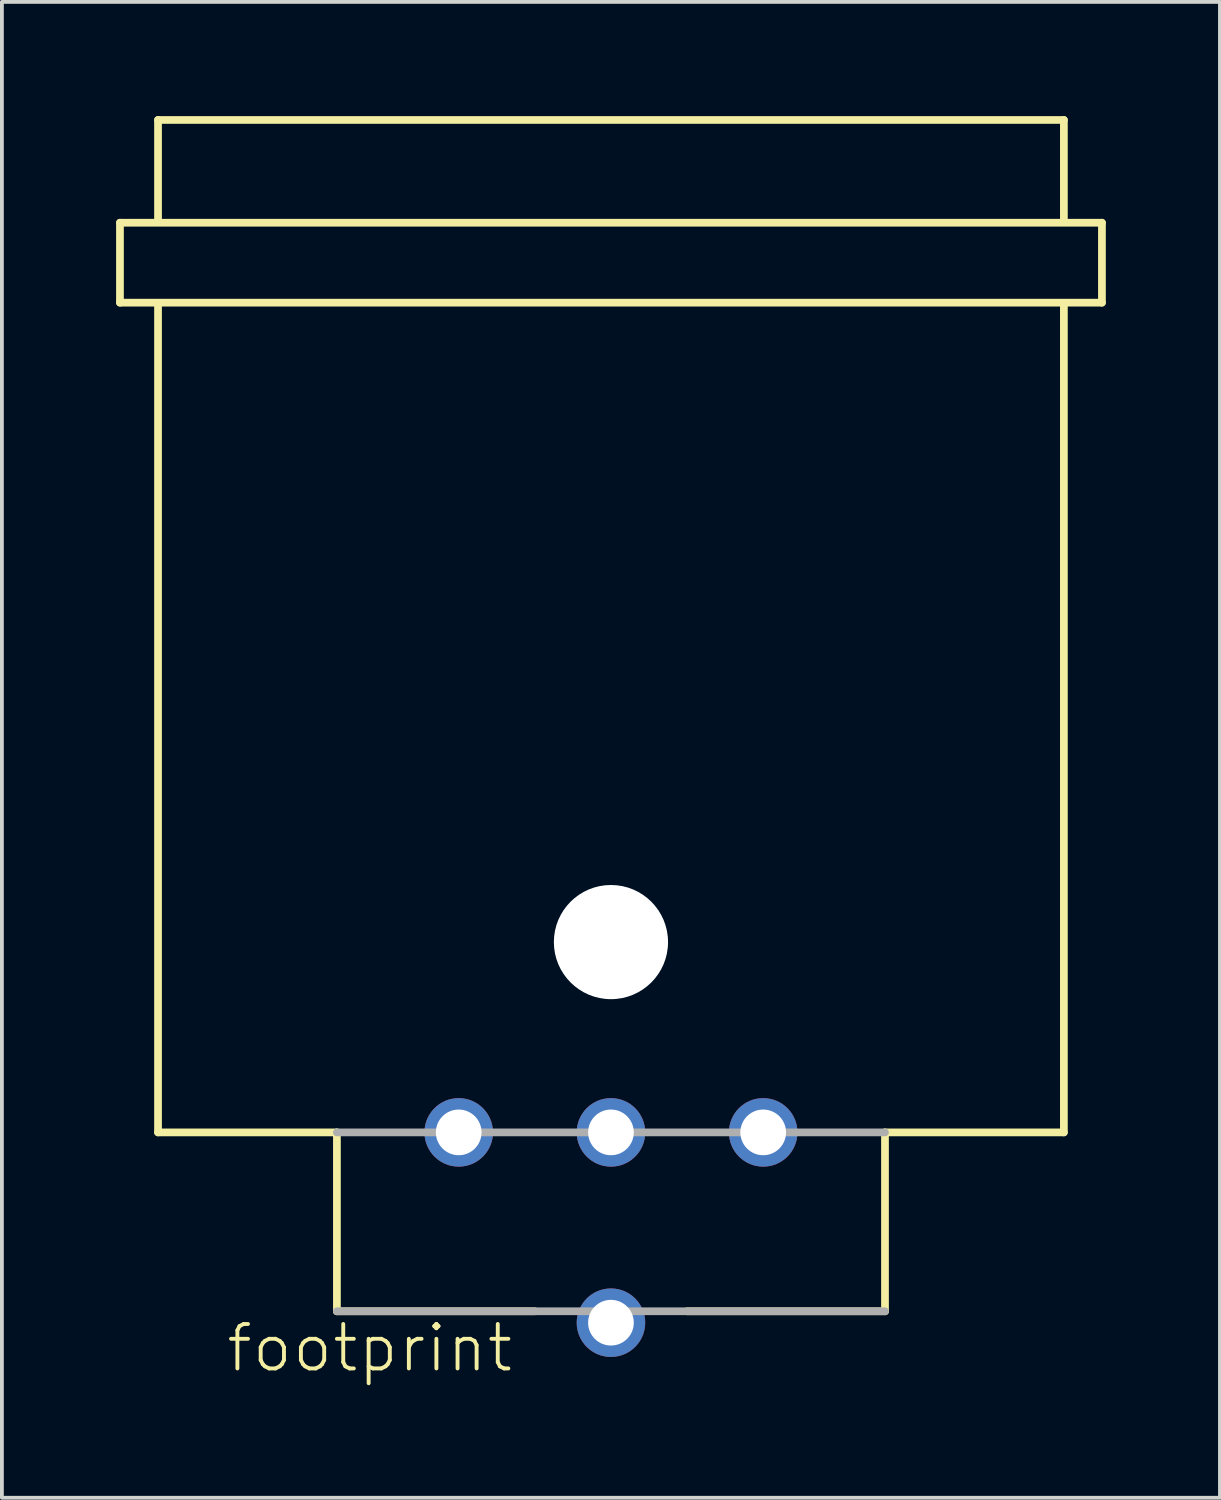
<source format=kicad_pcb>
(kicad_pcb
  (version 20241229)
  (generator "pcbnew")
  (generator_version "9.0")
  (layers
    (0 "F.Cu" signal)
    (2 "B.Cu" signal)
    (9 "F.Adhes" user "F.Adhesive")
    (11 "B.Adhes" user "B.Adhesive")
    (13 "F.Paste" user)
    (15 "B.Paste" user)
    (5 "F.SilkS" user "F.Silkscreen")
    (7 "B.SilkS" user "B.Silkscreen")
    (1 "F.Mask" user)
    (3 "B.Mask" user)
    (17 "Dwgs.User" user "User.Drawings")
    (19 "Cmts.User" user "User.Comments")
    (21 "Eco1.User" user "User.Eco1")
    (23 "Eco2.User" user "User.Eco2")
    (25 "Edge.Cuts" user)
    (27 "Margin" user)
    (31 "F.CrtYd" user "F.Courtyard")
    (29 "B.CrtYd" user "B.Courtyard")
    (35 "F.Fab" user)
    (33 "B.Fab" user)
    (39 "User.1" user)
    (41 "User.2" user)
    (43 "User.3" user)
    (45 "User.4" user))
  (footprint "footprint"
    (layer "F.Cu")
    (at 13.002 26.702)
    (property "Reference" "footprint" (at -10.16 6.35 0) (layer "F.SilkS") (effects (font (size 1.168 1.168) (thickness 0.102)) (justify left bottom)))
    (fp_line (start -12.9 -23.9) (end 12.9 -23.9) (stroke (width 0.203) (type solid)) (layer "F.SilkS"))
    (fp_line (start -12.9 -21.8) (end -12.9 -23.9) (stroke (width 0.203) (type solid)) (layer "F.SilkS"))
    (fp_line (start -11.9 -26.6) (end 11.9 -26.6) (stroke (width 0.203) (type solid)) (layer "F.SilkS"))
    (fp_line (start -11.9 -24) (end -11.9 -26.6) (stroke (width 0.203) (type solid)) (layer "F.SilkS"))
    (fp_line (start -11.9 0) (end -11.9 -21.7) (stroke (width 0.203) (type solid)) (layer "F.SilkS"))
    (fp_line (start -7.2 0) (end -11.9 0) (stroke (width 0.203) (type solid)) (layer "F.SilkS"))
    (fp_line (start -7.2 4.7) (end -7.2 0) (stroke (width 0.203) (type solid)) (layer "F.SilkS"))
    (fp_line (start -2 4.7) (end -7.2 4.7) (stroke (width 0.203) (type solid)) (layer "F.SilkS"))
    (fp_line (start 7.2 4.7) (end 2 4.7) (stroke (width 0.203) (type solid)) (layer "F.SilkS"))
    (fp_line (start 7.2 4.7) (end 7.2 0) (stroke (width 0.203) (type solid)) (layer "F.SilkS"))
    (fp_line (start 11.9 -26.6) (end 11.9 -24) (stroke (width 0.203) (type solid)) (layer "F.SilkS"))
    (fp_line (start 11.9 -21.7) (end 11.9 0) (stroke (width 0.203) (type solid)) (layer "F.SilkS"))
    (fp_line (start 11.9 0) (end 7.2 0) (stroke (width 0.203) (type solid)) (layer "F.SilkS"))
    (fp_line (start 12.9 -23.9) (end 12.9 -21.8) (stroke (width 0.203) (type solid)) (layer "F.SilkS"))
    (fp_line (start 12.9 -21.8) (end -12.9 -21.8) (stroke (width 0.203) (type solid)) (layer "F.SilkS"))
    (fp_line (start 7.2 0) (end -7.2 0) (stroke (width 0.203) (type solid)) (layer "F.Fab"))
    (fp_line (start 7.2 4.7) (end -7.2 4.7) (stroke (width 0.203) (type solid)) (layer "F.Fab"))
    (pad "" np_thru_hole circle (at 0 -5) (size 3 3) (drill 3) (layers "*.Cu" "*.Mask"))
    (pad "1" thru_hole circle (at 4 0) (size 1.8 1.8) (drill 1.2) (layers "*.Cu" "*.Mask"))
    (pad "2" thru_hole circle (at -4 0) (size 1.8 1.8) (drill 1.2) (layers "*.Cu" "*.Mask"))
    (pad "3" thru_hole circle (at 0 0) (size 1.8 1.8) (drill 1.2) (layers "*.Cu" "*.Mask"))
    (pad "G" thru_hole circle (at 0 5) (size 1.8 1.8) (drill 1.2) (layers "*.Cu" "*.Mask")))
  (gr_rect
    (start -3 -3)
    (end 29.003 36.302)
    (stroke (width 0.1) (type default))
    (fill no)
    (layer "Edge.Cuts")))
</source>
